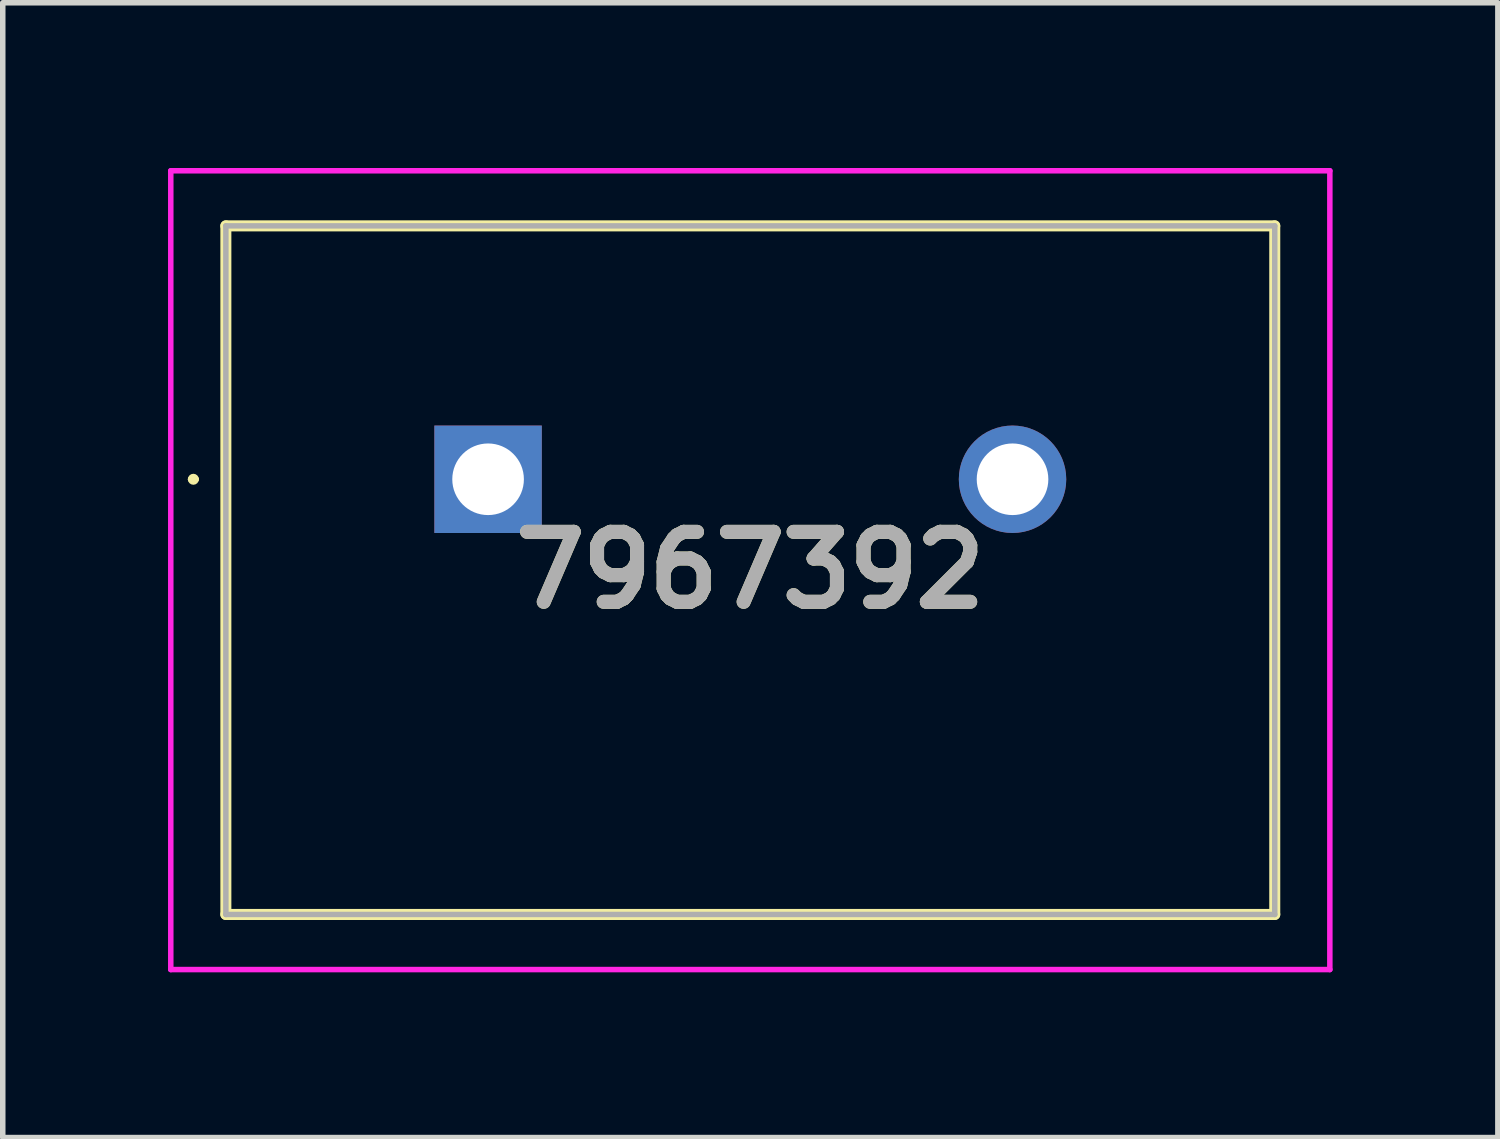
<source format=kicad_pcb>
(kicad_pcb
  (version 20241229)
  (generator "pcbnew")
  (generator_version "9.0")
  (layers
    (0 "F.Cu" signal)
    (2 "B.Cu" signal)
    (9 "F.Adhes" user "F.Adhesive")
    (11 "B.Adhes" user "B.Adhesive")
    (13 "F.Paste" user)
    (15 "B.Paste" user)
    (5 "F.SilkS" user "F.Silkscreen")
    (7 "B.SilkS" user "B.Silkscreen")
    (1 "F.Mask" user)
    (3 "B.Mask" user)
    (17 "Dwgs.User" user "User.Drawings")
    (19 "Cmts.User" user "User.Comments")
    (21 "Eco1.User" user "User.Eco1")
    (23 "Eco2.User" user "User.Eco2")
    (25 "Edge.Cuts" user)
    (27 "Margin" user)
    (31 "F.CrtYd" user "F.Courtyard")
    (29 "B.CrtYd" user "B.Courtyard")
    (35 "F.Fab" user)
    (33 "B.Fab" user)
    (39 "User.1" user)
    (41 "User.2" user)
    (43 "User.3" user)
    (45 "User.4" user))
  (footprint "7967392"
    (layer "F.Cu")
    (at 5.81 5.65)
    (property "Reference" "7967392" (at 4.76 1.65 0) (layer "F.SilkS") (effects (font (size 1.27 1.27) (thickness 0.254))))
    (attr through_hole)
    (fp_line (start -5.4 0) (end -5.4 0) (stroke (width 0.1) (type solid)) (layer "F.SilkS"))
    (fp_line (start -5.3 0) (end -5.3 0) (stroke (width 0.1) (type solid)) (layer "F.SilkS"))
    (fp_line (start -4.76 -4.6) (end 14.28 -4.6) (stroke (width 0.2) (type solid)) (layer "F.SilkS"))
    (fp_line (start -4.76 7.9) (end -4.76 -4.6) (stroke (width 0.2) (type solid)) (layer "F.SilkS"))
    (fp_line (start 14.28 -4.6) (end 14.28 7.9) (stroke (width 0.2) (type solid)) (layer "F.SilkS"))
    (fp_line (start 14.28 7.9) (end -4.76 7.9) (stroke (width 0.2) (type solid)) (layer "F.SilkS"))
    (fp_arc (start -5.4 0) (mid -5.35 -0.05) (end -5.3 0) (stroke (width 0.1) (type solid)) (layer "F.SilkS"))
    (fp_arc (start -5.3 0) (mid -5.35 0.05) (end -5.4 0) (stroke (width 0.1) (type solid)) (layer "F.SilkS"))
    (fp_line (start -5.76 -5.6) (end 15.28 -5.6) (stroke (width 0.1) (type solid)) (layer "F.CrtYd"))
    (fp_line (start -5.76 8.9) (end -5.76 -5.6) (stroke (width 0.1) (type solid)) (layer "F.CrtYd"))
    (fp_line (start 15.28 -5.6) (end 15.28 8.9) (stroke (width 0.1) (type solid)) (layer "F.CrtYd"))
    (fp_line (start 15.28 8.9) (end -5.76 8.9) (stroke (width 0.1) (type solid)) (layer "F.CrtYd"))
    (fp_line (start -4.76 -4.6) (end 14.28 -4.6) (stroke (width 0.1) (type solid)) (layer "F.Fab"))
    (fp_line (start -4.76 7.9) (end -4.76 -4.6) (stroke (width 0.1) (type solid)) (layer "F.Fab"))
    (fp_line (start 14.28 -4.6) (end 14.28 7.9) (stroke (width 0.1) (type solid)) (layer "F.Fab"))
    (fp_line (start 14.28 7.9) (end -4.76 7.9) (stroke (width 0.1) (type solid)) (layer "F.Fab"))
    (fp_text user "${REFERENCE}" (at 4.76 1.65 0) (layer "F.Fab") (effects (font (size 1.27 1.27) (thickness 0.254))))
    (pad "1" thru_hole rect (at 0 0) (size 1.95 1.95) (drill 1.3) (layers "*.Cu" "*.Mask"))
    (pad "2" thru_hole circle (at 9.52 0) (size 1.95 1.95) (drill 1.3) (layers "*.Cu" "*.Mask")))
  (gr_rect
    (start -3 -3)
    (end 24.14 17.6)
    (stroke (width 0.1) (type default))
    (fill no)
    (layer "Edge.Cuts")))
</source>
